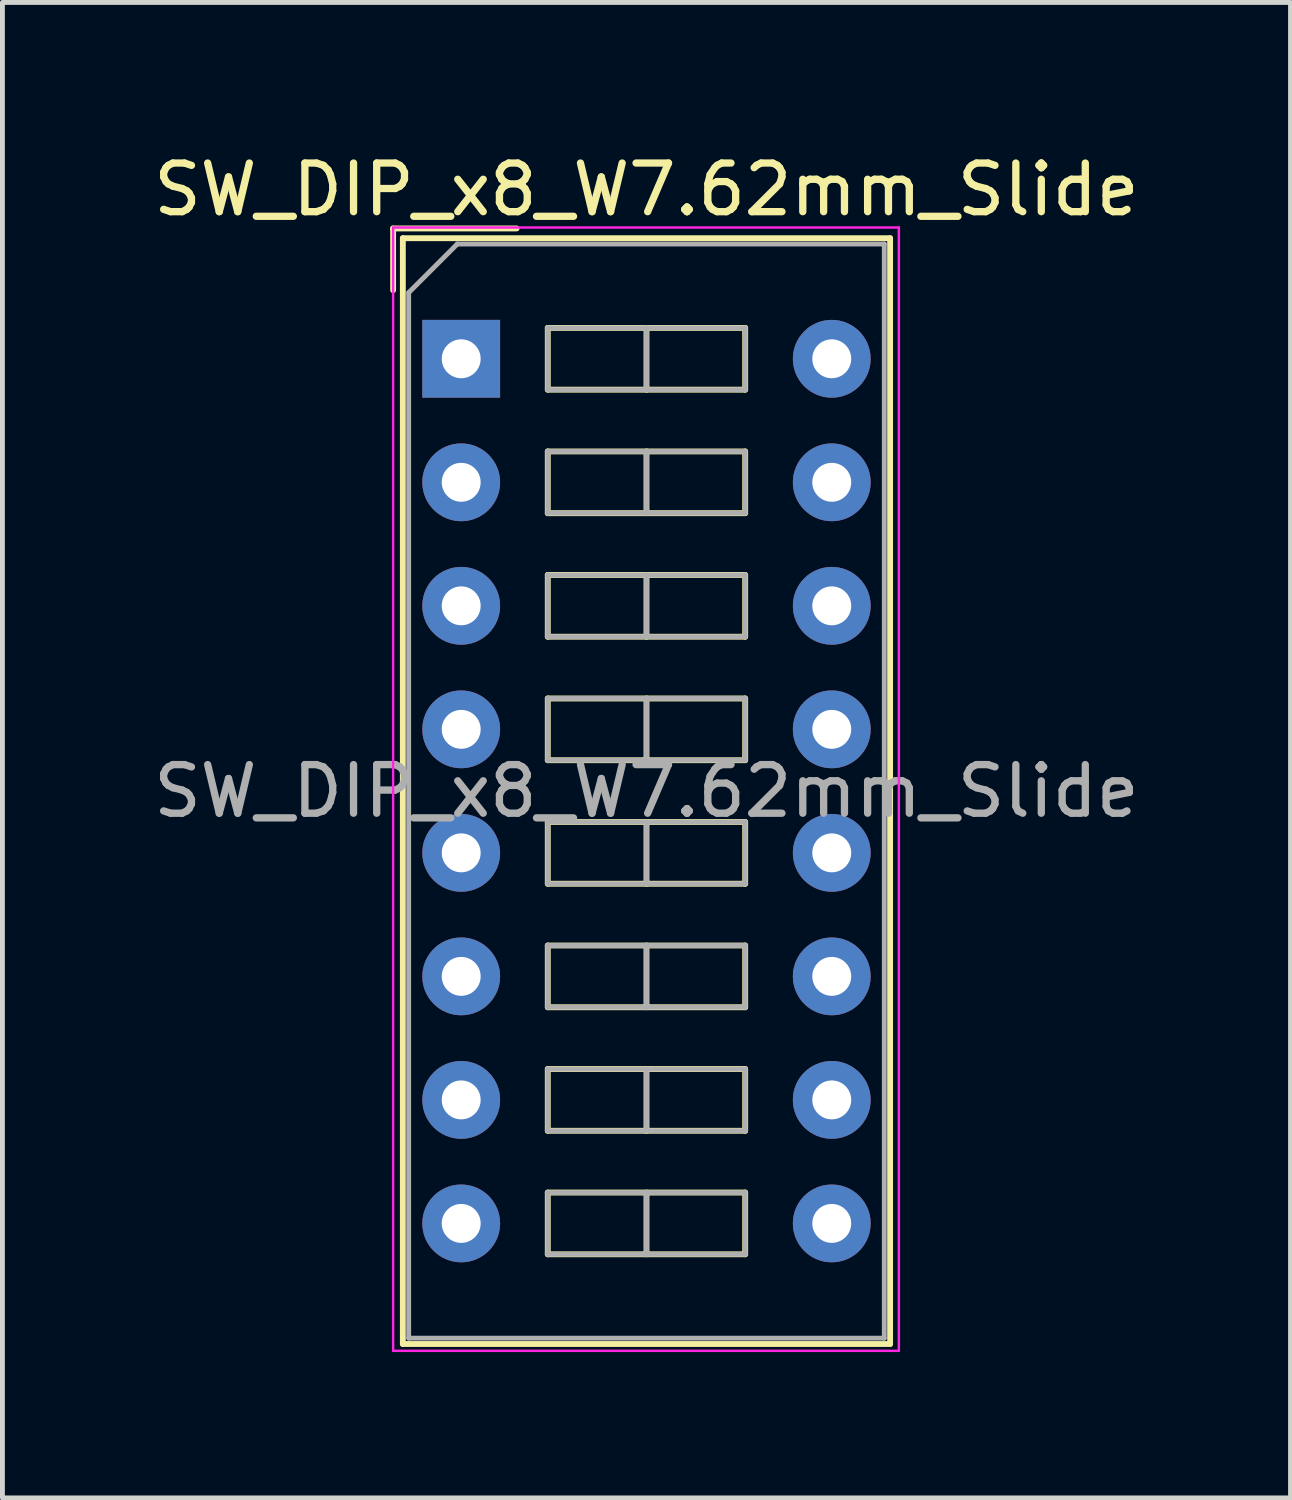
<source format=kicad_pcb>
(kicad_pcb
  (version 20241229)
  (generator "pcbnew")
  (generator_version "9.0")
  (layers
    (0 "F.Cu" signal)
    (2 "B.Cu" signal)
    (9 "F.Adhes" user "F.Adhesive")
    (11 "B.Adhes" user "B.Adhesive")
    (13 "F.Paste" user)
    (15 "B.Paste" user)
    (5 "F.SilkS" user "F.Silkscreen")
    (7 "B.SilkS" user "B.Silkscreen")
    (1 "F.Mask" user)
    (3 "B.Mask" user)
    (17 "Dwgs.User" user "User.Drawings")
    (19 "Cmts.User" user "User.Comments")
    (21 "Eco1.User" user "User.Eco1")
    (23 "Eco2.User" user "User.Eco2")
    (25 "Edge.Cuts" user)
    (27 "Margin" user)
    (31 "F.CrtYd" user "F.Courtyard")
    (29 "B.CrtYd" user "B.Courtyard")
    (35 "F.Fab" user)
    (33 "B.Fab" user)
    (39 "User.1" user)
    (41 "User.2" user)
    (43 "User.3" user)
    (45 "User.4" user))
  (footprint "SW_DIP_x8_W7.62mm_Slide"
    (layer "F.Cu")
    (at 6.434 4.328)
    (property "Reference" "SW_DIP_x8_W7.62mm_Slide" (at 3.81 -3.48 0) (layer "F.SilkS") (effects (font (size 1 1) (thickness 0.15))))
    (attr through_hole)
    (fp_line (start -1.4 -2.68) (end -1.4 -1.41) (stroke (width 0.12) (type solid)) (layer "F.SilkS"))
    (fp_line (start -1.4 -2.68) (end 1.14 -2.68) (stroke (width 0.12) (type solid)) (layer "F.SilkS"))
    (fp_line (start -1.2 -2.48) (end 8.82 -2.48) (stroke (width 0.12) (type solid)) (layer "F.SilkS"))
    (fp_line (start -1.2 20.26) (end -1.2 -2.48) (stroke (width 0.12) (type solid)) (layer "F.SilkS"))
    (fp_line (start 1.78 -0.635) (end 1.78 0.635) (stroke (width 0.12) (type solid)) (layer "F.SilkS"))
    (fp_line (start 1.78 0.635) (end 5.84 0.635) (stroke (width 0.12) (type solid)) (layer "F.SilkS"))
    (fp_line (start 1.78 1.905) (end 1.78 3.175) (stroke (width 0.12) (type solid)) (layer "F.SilkS"))
    (fp_line (start 1.78 3.175) (end 5.84 3.175) (stroke (width 0.12) (type solid)) (layer "F.SilkS"))
    (fp_line (start 1.78 4.445) (end 1.78 5.715) (stroke (width 0.12) (type solid)) (layer "F.SilkS"))
    (fp_line (start 1.78 5.715) (end 5.84 5.715) (stroke (width 0.12) (type solid)) (layer "F.SilkS"))
    (fp_line (start 1.78 6.985) (end 1.78 8.255) (stroke (width 0.12) (type solid)) (layer "F.SilkS"))
    (fp_line (start 1.78 8.255) (end 5.84 8.255) (stroke (width 0.12) (type solid)) (layer "F.SilkS"))
    (fp_line (start 1.78 9.525) (end 1.78 10.795) (stroke (width 0.12) (type solid)) (layer "F.SilkS"))
    (fp_line (start 1.78 10.795) (end 5.84 10.795) (stroke (width 0.12) (type solid)) (layer "F.SilkS"))
    (fp_line (start 1.78 12.065) (end 1.78 13.335) (stroke (width 0.12) (type solid)) (layer "F.SilkS"))
    (fp_line (start 1.78 13.335) (end 5.84 13.335) (stroke (width 0.12) (type solid)) (layer "F.SilkS"))
    (fp_line (start 1.78 14.605) (end 1.78 15.875) (stroke (width 0.12) (type solid)) (layer "F.SilkS"))
    (fp_line (start 1.78 15.875) (end 5.84 15.875) (stroke (width 0.12) (type solid)) (layer "F.SilkS"))
    (fp_line (start 1.78 17.145) (end 1.78 18.415) (stroke (width 0.12) (type solid)) (layer "F.SilkS"))
    (fp_line (start 1.78 18.415) (end 5.84 18.415) (stroke (width 0.12) (type solid)) (layer "F.SilkS"))
    (fp_line (start 3.81 -0.635) (end 3.81 0.635) (stroke (width 0.12) (type solid)) (layer "F.SilkS"))
    (fp_line (start 3.81 1.905) (end 3.81 3.175) (stroke (width 0.12) (type solid)) (layer "F.SilkS"))
    (fp_line (start 3.81 4.445) (end 3.81 5.715) (stroke (width 0.12) (type solid)) (layer "F.SilkS"))
    (fp_line (start 3.81 6.985) (end 3.81 8.255) (stroke (width 0.12) (type solid)) (layer "F.SilkS"))
    (fp_line (start 3.81 9.525) (end 3.81 10.795) (stroke (width 0.12) (type solid)) (layer "F.SilkS"))
    (fp_line (start 3.81 12.065) (end 3.81 13.335) (stroke (width 0.12) (type solid)) (layer "F.SilkS"))
    (fp_line (start 3.81 14.605) (end 3.81 15.875) (stroke (width 0.12) (type solid)) (layer "F.SilkS"))
    (fp_line (start 3.81 17.145) (end 3.81 18.415) (stroke (width 0.12) (type solid)) (layer "F.SilkS"))
    (fp_line (start 5.84 -0.635) (end 1.78 -0.635) (stroke (width 0.12) (type solid)) (layer "F.SilkS"))
    (fp_line (start 5.84 0.635) (end 5.84 -0.635) (stroke (width 0.12) (type solid)) (layer "F.SilkS"))
    (fp_line (start 5.84 1.905) (end 1.78 1.905) (stroke (width 0.12) (type solid)) (layer "F.SilkS"))
    (fp_line (start 5.84 3.175) (end 5.84 1.905) (stroke (width 0.12) (type solid)) (layer "F.SilkS"))
    (fp_line (start 5.84 4.445) (end 1.78 4.445) (stroke (width 0.12) (type solid)) (layer "F.SilkS"))
    (fp_line (start 5.84 5.715) (end 5.84 4.445) (stroke (width 0.12) (type solid)) (layer "F.SilkS"))
    (fp_line (start 5.84 6.985) (end 1.78 6.985) (stroke (width 0.12) (type solid)) (layer "F.SilkS"))
    (fp_line (start 5.84 8.255) (end 5.84 6.985) (stroke (width 0.12) (type solid)) (layer "F.SilkS"))
    (fp_line (start 5.84 9.525) (end 1.78 9.525) (stroke (width 0.12) (type solid)) (layer "F.SilkS"))
    (fp_line (start 5.84 10.795) (end 5.84 9.525) (stroke (width 0.12) (type solid)) (layer "F.SilkS"))
    (fp_line (start 5.84 12.065) (end 1.78 12.065) (stroke (width 0.12) (type solid)) (layer "F.SilkS"))
    (fp_line (start 5.84 13.335) (end 5.84 12.065) (stroke (width 0.12) (type solid)) (layer "F.SilkS"))
    (fp_line (start 5.84 14.605) (end 1.78 14.605) (stroke (width 0.12) (type solid)) (layer "F.SilkS"))
    (fp_line (start 5.84 15.875) (end 5.84 14.605) (stroke (width 0.12) (type solid)) (layer "F.SilkS"))
    (fp_line (start 5.84 17.145) (end 1.78 17.145) (stroke (width 0.12) (type solid)) (layer "F.SilkS"))
    (fp_line (start 5.84 18.415) (end 5.84 17.145) (stroke (width 0.12) (type solid)) (layer "F.SilkS"))
    (fp_line (start 8.82 -2.48) (end 8.82 20.26) (stroke (width 0.12) (type solid)) (layer "F.SilkS"))
    (fp_line (start 8.82 20.26) (end -1.2 20.26) (stroke (width 0.12) (type solid)) (layer "F.SilkS"))
    (fp_line (start -1.4 -2.7) (end -1.4 20.4) (stroke (width 0.05) (type solid)) (layer "F.CrtYd"))
    (fp_line (start -1.4 20.4) (end 9 20.4) (stroke (width 0.05) (type solid)) (layer "F.CrtYd"))
    (fp_line (start 9 -2.7) (end -1.4 -2.7) (stroke (width 0.05) (type solid)) (layer "F.CrtYd"))
    (fp_line (start 9 20.4) (end 9 -2.7) (stroke (width 0.05) (type solid)) (layer "F.CrtYd"))
    (fp_line (start -1.08 -1.36) (end -0.08 -2.36) (stroke (width 0.1) (type solid)) (layer "F.Fab"))
    (fp_line (start -1.08 20.14) (end -1.08 -1.36) (stroke (width 0.1) (type solid)) (layer "F.Fab"))
    (fp_line (start -0.08 -2.36) (end 8.7 -2.36) (stroke (width 0.1) (type solid)) (layer "F.Fab"))
    (fp_line (start 1.78 -0.635) (end 1.78 0.635) (stroke (width 0.1) (type solid)) (layer "F.Fab"))
    (fp_line (start 1.78 0.635) (end 5.84 0.635) (stroke (width 0.1) (type solid)) (layer "F.Fab"))
    (fp_line (start 1.78 1.905) (end 1.78 3.175) (stroke (width 0.1) (type solid)) (layer "F.Fab"))
    (fp_line (start 1.78 3.175) (end 5.84 3.175) (stroke (width 0.1) (type solid)) (layer "F.Fab"))
    (fp_line (start 1.78 4.445) (end 1.78 5.715) (stroke (width 0.1) (type solid)) (layer "F.Fab"))
    (fp_line (start 1.78 5.715) (end 5.84 5.715) (stroke (width 0.1) (type solid)) (layer "F.Fab"))
    (fp_line (start 1.78 6.985) (end 1.78 8.255) (stroke (width 0.1) (type solid)) (layer "F.Fab"))
    (fp_line (start 1.78 8.255) (end 5.84 8.255) (stroke (width 0.1) (type solid)) (layer "F.Fab"))
    (fp_line (start 1.78 9.525) (end 1.78 10.795) (stroke (width 0.1) (type solid)) (layer "F.Fab"))
    (fp_line (start 1.78 10.795) (end 5.84 10.795) (stroke (width 0.1) (type solid)) (layer "F.Fab"))
    (fp_line (start 1.78 12.065) (end 1.78 13.335) (stroke (width 0.1) (type solid)) (layer "F.Fab"))
    (fp_line (start 1.78 13.335) (end 5.84 13.335) (stroke (width 0.1) (type solid)) (layer "F.Fab"))
    (fp_line (start 1.78 14.605) (end 1.78 15.875) (stroke (width 0.1) (type solid)) (layer "F.Fab"))
    (fp_line (start 1.78 15.875) (end 5.84 15.875) (stroke (width 0.1) (type solid)) (layer "F.Fab"))
    (fp_line (start 1.78 17.145) (end 1.78 18.415) (stroke (width 0.1) (type solid)) (layer "F.Fab"))
    (fp_line (start 1.78 18.415) (end 5.84 18.415) (stroke (width 0.1) (type solid)) (layer "F.Fab"))
    (fp_line (start 3.81 -0.635) (end 3.81 0.635) (stroke (width 0.1) (type solid)) (layer "F.Fab"))
    (fp_line (start 3.81 1.905) (end 3.81 3.175) (stroke (width 0.1) (type solid)) (layer "F.Fab"))
    (fp_line (start 3.81 4.445) (end 3.81 5.715) (stroke (width 0.1) (type solid)) (layer "F.Fab"))
    (fp_line (start 3.81 6.985) (end 3.81 8.255) (stroke (width 0.1) (type solid)) (layer "F.Fab"))
    (fp_line (start 3.81 9.525) (end 3.81 10.795) (stroke (width 0.1) (type solid)) (layer "F.Fab"))
    (fp_line (start 3.81 12.065) (end 3.81 13.335) (stroke (width 0.1) (type solid)) (layer "F.Fab"))
    (fp_line (start 3.81 14.605) (end 3.81 15.875) (stroke (width 0.1) (type solid)) (layer "F.Fab"))
    (fp_line (start 3.81 17.145) (end 3.81 18.415) (stroke (width 0.1) (type solid)) (layer "F.Fab"))
    (fp_line (start 5.84 -0.635) (end 1.78 -0.635) (stroke (width 0.1) (type solid)) (layer "F.Fab"))
    (fp_line (start 5.84 0.635) (end 5.84 -0.635) (stroke (width 0.1) (type solid)) (layer "F.Fab"))
    (fp_line (start 5.84 1.905) (end 1.78 1.905) (stroke (width 0.1) (type solid)) (layer "F.Fab"))
    (fp_line (start 5.84 3.175) (end 5.84 1.905) (stroke (width 0.1) (type solid)) (layer "F.Fab"))
    (fp_line (start 5.84 4.445) (end 1.78 4.445) (stroke (width 0.1) (type solid)) (layer "F.Fab"))
    (fp_line (start 5.84 5.715) (end 5.84 4.445) (stroke (width 0.1) (type solid)) (layer "F.Fab"))
    (fp_line (start 5.84 6.985) (end 1.78 6.985) (stroke (width 0.1) (type solid)) (layer "F.Fab"))
    (fp_line (start 5.84 8.255) (end 5.84 6.985) (stroke (width 0.1) (type solid)) (layer "F.Fab"))
    (fp_line (start 5.84 9.525) (end 1.78 9.525) (stroke (width 0.1) (type solid)) (layer "F.Fab"))
    (fp_line (start 5.84 10.795) (end 5.84 9.525) (stroke (width 0.1) (type solid)) (layer "F.Fab"))
    (fp_line (start 5.84 12.065) (end 1.78 12.065) (stroke (width 0.1) (type solid)) (layer "F.Fab"))
    (fp_line (start 5.84 13.335) (end 5.84 12.065) (stroke (width 0.1) (type solid)) (layer "F.Fab"))
    (fp_line (start 5.84 14.605) (end 1.78 14.605) (stroke (width 0.1) (type solid)) (layer "F.Fab"))
    (fp_line (start 5.84 15.875) (end 5.84 14.605) (stroke (width 0.1) (type solid)) (layer "F.Fab"))
    (fp_line (start 5.84 17.145) (end 1.78 17.145) (stroke (width 0.1) (type solid)) (layer "F.Fab"))
    (fp_line (start 5.84 18.415) (end 5.84 17.145) (stroke (width 0.1) (type solid)) (layer "F.Fab"))
    (fp_line (start 8.7 -2.36) (end 8.7 20.14) (stroke (width 0.1) (type solid)) (layer "F.Fab"))
    (fp_line (start 8.7 20.14) (end -1.08 20.14) (stroke (width 0.1) (type solid)) (layer "F.Fab"))
    (fp_text user "${REFERENCE}" (at 3.81 8.89 0) (layer "F.Fab") (effects (font (size 1 1) (thickness 0.15))))
    (pad "1" thru_hole rect (at 0 0) (size 1.6 1.6) (drill 0.8) (layers "*.Cu" "*.Mask"))
    (pad "2" thru_hole oval (at 0 2.54) (size 1.6 1.6) (drill 0.8) (layers "*.Cu" "*.Mask"))
    (pad "3" thru_hole oval (at 0 5.08) (size 1.6 1.6) (drill 0.8) (layers "*.Cu" "*.Mask"))
    (pad "4" thru_hole oval (at 0 7.62) (size 1.6 1.6) (drill 0.8) (layers "*.Cu" "*.Mask"))
    (pad "5" thru_hole oval (at 0 10.16) (size 1.6 1.6) (drill 0.8) (layers "*.Cu" "*.Mask"))
    (pad "6" thru_hole oval (at 0 12.7) (size 1.6 1.6) (drill 0.8) (layers "*.Cu" "*.Mask"))
    (pad "7" thru_hole oval (at 0 15.24) (size 1.6 1.6) (drill 0.8) (layers "*.Cu" "*.Mask"))
    (pad "8" thru_hole oval (at 0 17.78) (size 1.6 1.6) (drill 0.8) (layers "*.Cu" "*.Mask"))
    (pad "9" thru_hole oval (at 7.62 17.78) (size 1.6 1.6) (drill 0.8) (layers "*.Cu" "*.Mask"))
    (pad "10" thru_hole oval (at 7.62 15.24) (size 1.6 1.6) (drill 0.8) (layers "*.Cu" "*.Mask"))
    (pad "11" thru_hole oval (at 7.62 12.7) (size 1.6 1.6) (drill 0.8) (layers "*.Cu" "*.Mask"))
    (pad "12" thru_hole oval (at 7.62 10.16) (size 1.6 1.6) (drill 0.8) (layers "*.Cu" "*.Mask"))
    (pad "13" thru_hole oval (at 7.62 7.62) (size 1.6 1.6) (drill 0.8) (layers "*.Cu" "*.Mask"))
    (pad "14" thru_hole oval (at 7.62 5.08) (size 1.6 1.6) (drill 0.8) (layers "*.Cu" "*.Mask"))
    (pad "15" thru_hole oval (at 7.62 2.54) (size 1.6 1.6) (drill 0.8) (layers "*.Cu" "*.Mask"))
    (pad "16" thru_hole oval (at 7.62 0) (size 1.6 1.6) (drill 0.8) (layers "*.Cu" "*.Mask")))
  (gr_rect
    (start -3 -3)
    (end 23.488 27.753)
    (stroke (width 0.1) (type default))
    (fill no)
    (layer "Edge.Cuts")))
</source>
